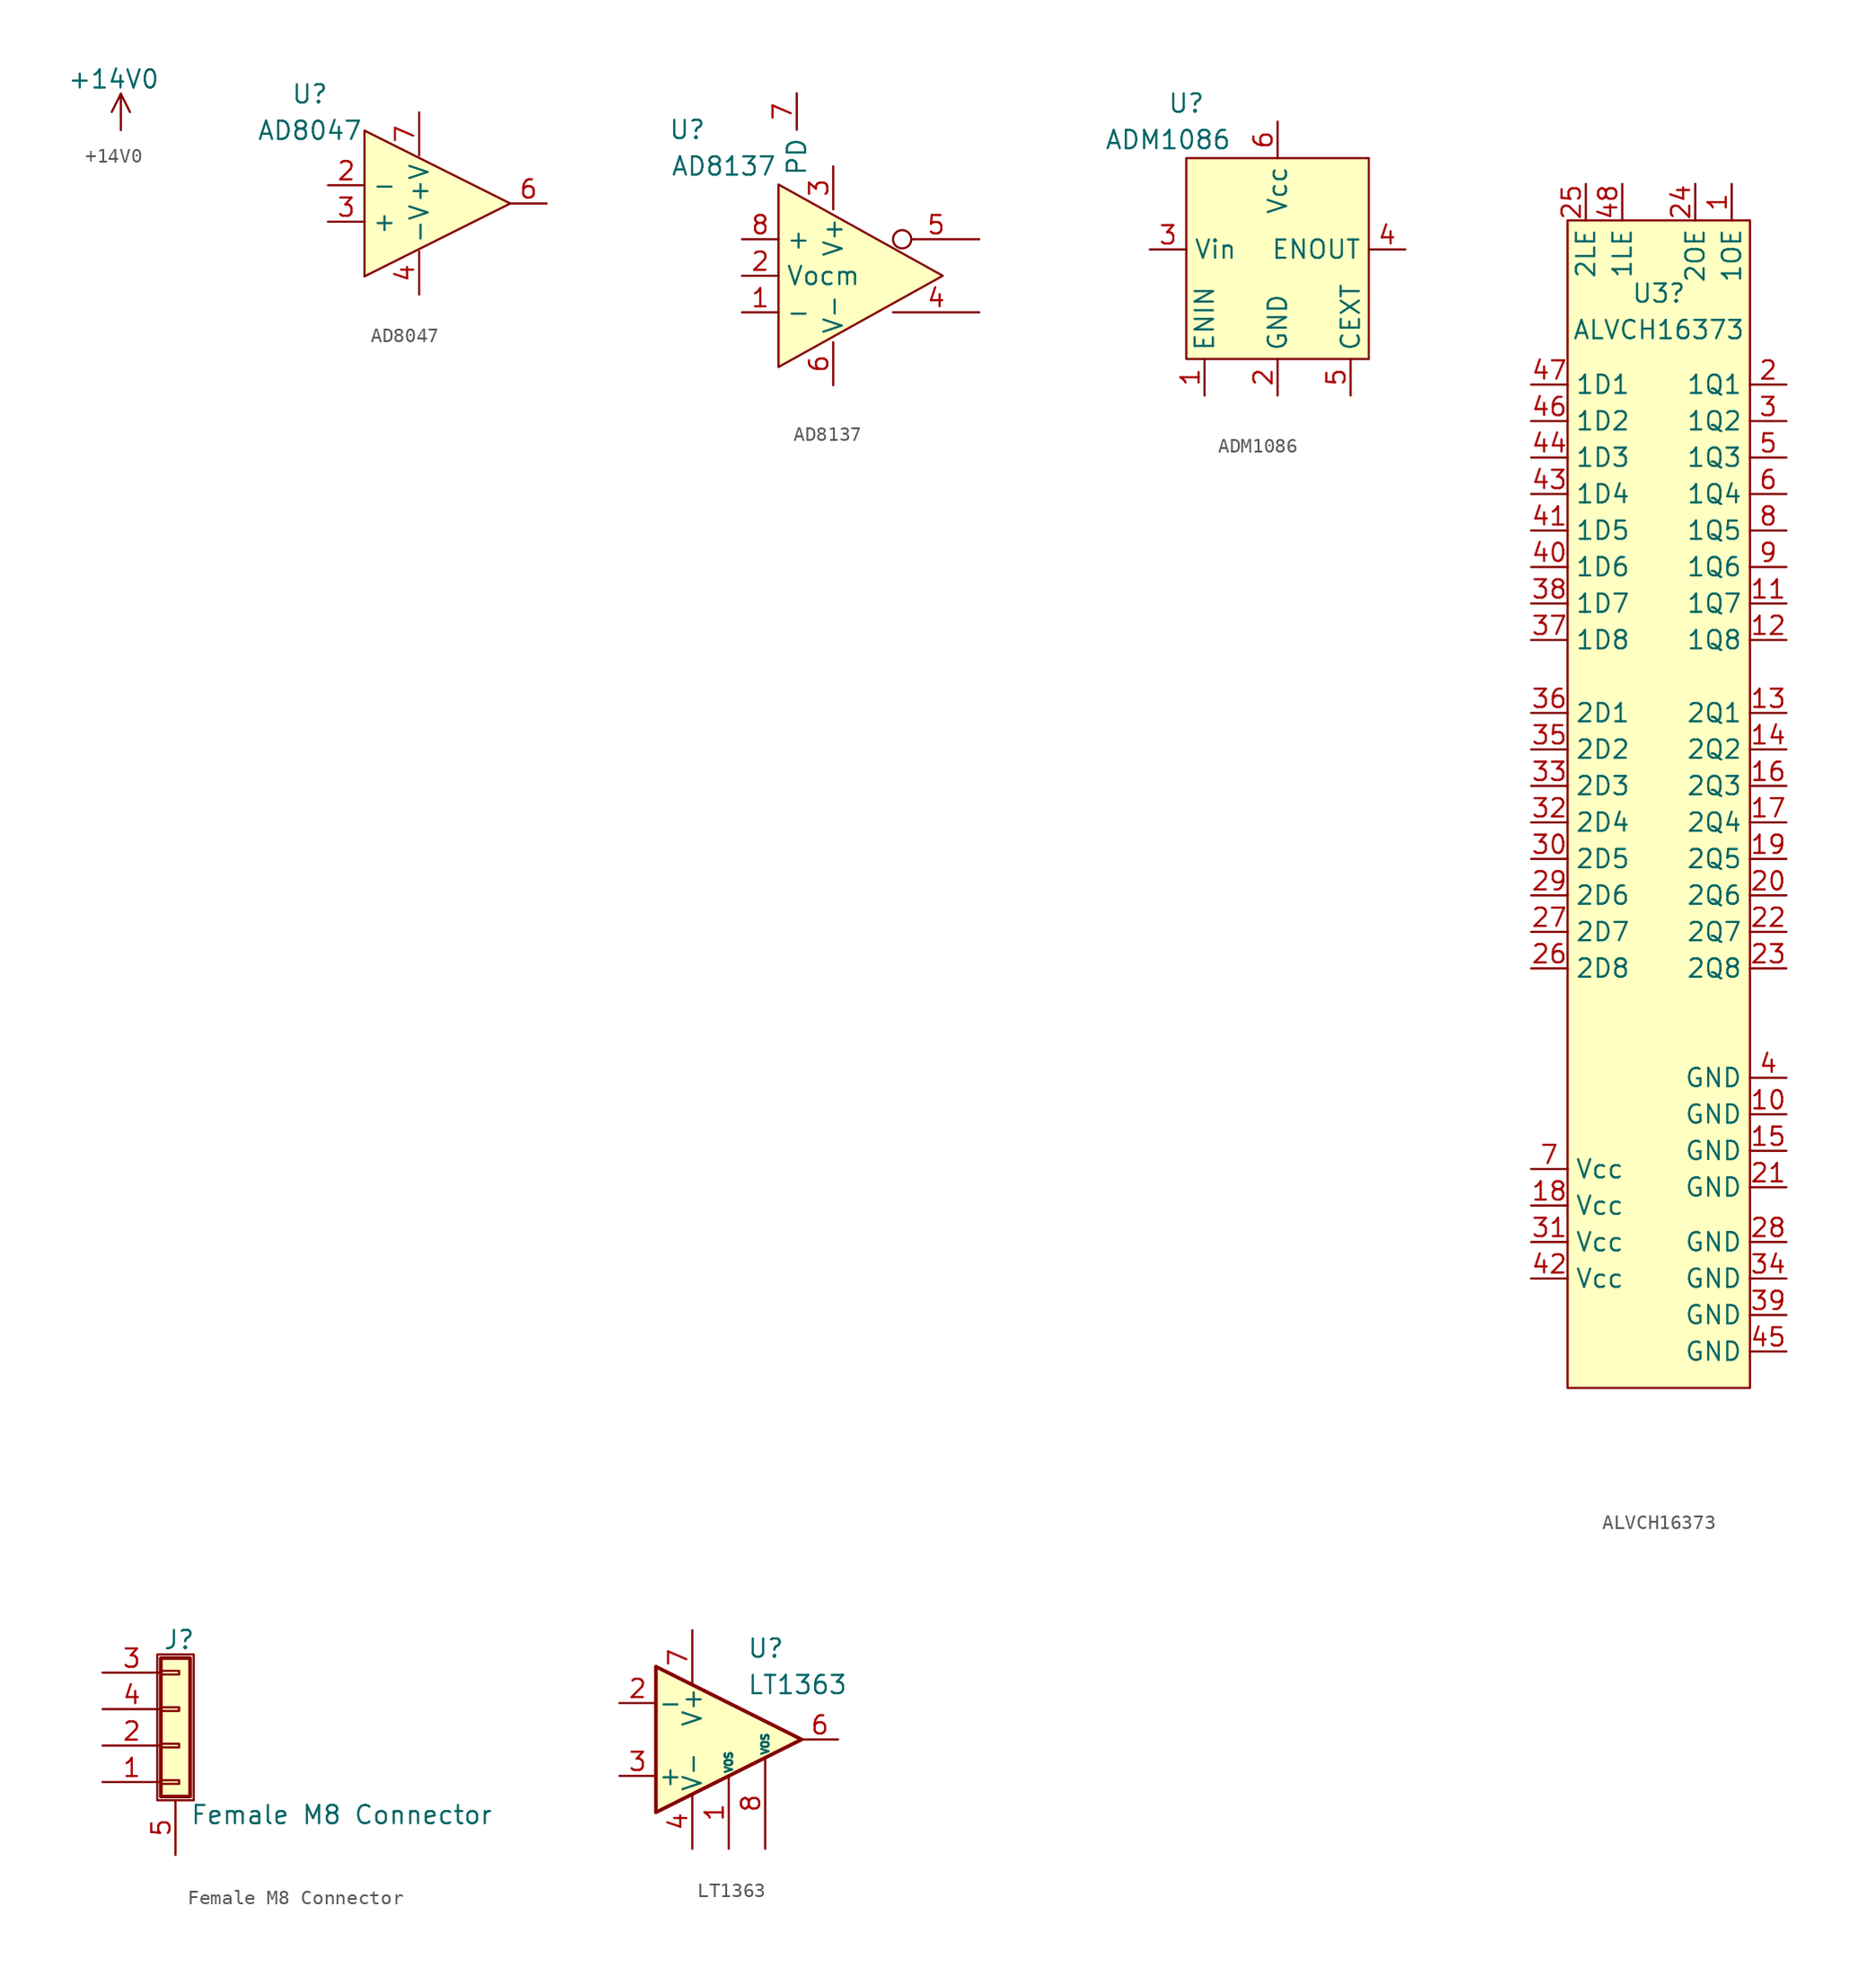
<source format=kicad_sym>
(kicad_symbol_lib
  (version 20231120)
  (generator "kicad_symbol_editor")
  (generator_version "8.0")
  (symbol "+14V0"
    (power)
    (property "Reference" "#PWR"
      (at -0.254 -3.81 0)
      (effects (font (size 1.27 1.27)) (hide yes)))
    (property "Value" "+14V0"
      (at -0.508 3.556 0)
      (do_not_autoplace)
      (effects (font (size 1.27 1.27))))
    (symbol "+14V0_0_1"
      (polyline (pts (xy 0 2.54) (xy 0.635 1.27)) (stroke (width 0) (type default)) (fill (type none)))
      (polyline (pts (xy 0 0) (xy 0 2.54) (xy -0.635 1.27)) (stroke (width 0) (type default)) (fill (type none))))
    (symbol "+14V0_1_0"
      (pin power_in line (at 0 0 90) (length 2.54) hide (name "+14V0" (effects (font (size 1.27 1.27)))) (number "1" (effects (font (size 1.27 1.27)))))))
  (symbol "AD8047"
    (property "Reference" "U"
      (at -7.62 7.62 0)
      (effects (font (size 1.27 1.27))))
    (property "Value" "AD8047"
      (at -7.62 5.08 0)
      (effects (font (size 1.27 1.27))))
    (symbol "AD8047_1_0"
      (pin input line (at -6.35 1.27 0) (length 2.54) (name "-" (effects (font (size 1.27 1.27)))) (number "2" (effects (font (size 1.27 1.27)))))
      (pin input line (at -6.35 -1.27 0) (length 2.54) (name "+" (effects (font (size 1.27 1.27)))) (number "3" (effects (font (size 1.27 1.27)))))
      (pin power_in line (at 0 -6.35 90) (length 3) (name "-V" (effects (font (size 1.27 1.27)))) (number "4" (effects (font (size 1.27 1.27)))))
      (pin output line (at 8.89 0 180) (length 2.54) (name "" (effects (font (size 1.27 1.27)))) (number "6" (effects (font (size 1.27 1.27)))))
      (pin power_in line (at 0 6.35 270) (length 3) (name "+V" (effects (font (size 1.27 1.27)))) (number "7" (effects (font (size 1.27 1.27))))))
    (symbol "AD8047_1_1"
      (polyline (pts (xy -3.81 5.08) (xy -3.81 -5.08) (xy 6.35 0) (xy -3.81 5.08)) (stroke (width 0) (type default)) (fill (type background)))))
  (symbol "AD8137"
    (property "Reference" "U"
      (at -22.86 10.16 0)
      (effects (font (size 1.27 1.27))))
    (property "Value" "AD8137"
      (at -20.32 7.62 0)
      (effects (font (size 1.27 1.27))))
    (symbol "AD8137_1_0"
      (pin input line (at -19.05 -2.54 0) (length 2.54) (name "-" (effects (font (size 1.27 1.27)))) (number "1" (effects (font (size 1.27 1.27)))))
      (pin input line (at -19.05 0 0) (length 2.54) (name "Vocm" (effects (font (size 1.27 1.27)))) (number "2" (effects (font (size 1.27 1.27)))))
      (pin power_in line (at -12.7 7.62 270) (length 3) (name "V+" (effects (font (size 1.27 1.27)))) (number "3" (effects (font (size 1.27 1.27)))))
      (pin output line (at -2.54 -2.54 180) (length 6) (name "" (effects (font (size 1.27 1.27)))) (number "4" (effects (font (size 1.27 1.27)))))
      (pin output inverted (at -2.54 2.54 180) (length 6) (name "" (effects (font (size 1.27 1.27)))) (number "5" (effects (font (size 1.27 1.27)))))
      (pin power_in line (at -12.7 -7.62 90) (length 3) (name "V-" (effects (font (size 1.27 1.27)))) (number "6" (effects (font (size 1.27 1.27)))))
      (pin input line (at -15.24 12.7 270) (length 2.54) (name "PD" (effects (font (size 1.27 1.27)))) (number "7" (effects (font (size 1.27 1.27)))))
      (pin input line (at -19.05 2.54 0) (length 2.54) (name "+" (effects (font (size 1.27 1.27)))) (number "8" (effects (font (size 1.27 1.27))))))
    (symbol "AD8137_1_1"
      (polyline (pts (xy -16.51 6.35) (xy -16.51 -6.35) (xy -5.08 0) (xy -16.51 6.35)) (stroke (width 0) (type default)) (fill (type background)))))
  (symbol "ADM1086"
    (property "Reference" "U"
      (at -6.35 7.62 0)
      (effects (font (size 1.27 1.27))))
    (property "Value" "ADM1086"
      (at -7.62 5.08 0)
      (effects (font (size 1.27 1.27))))
    (symbol "ADM1086_0_0"
      (pin input line (at -5.08 -12.7 90) (length 2.54) (name "ENIN" (effects (font (size 1.27 1.27)))) (number "1" (effects (font (size 1.27 1.27)))))
      (pin power_in line (at 0 -12.7 90) (length 2.54) (name "GND" (effects (font (size 1.27 1.27)))) (number "2" (effects (font (size 1.27 1.27)))))
      (pin input line (at -8.89 -2.54 0) (length 2.54) (name "Vin" (effects (font (size 1.27 1.27)))) (number "3" (effects (font (size 1.27 1.27)))))
      (pin output line (at 8.89 -2.54 180) (length 2.54) (name "ENOUT" (effects (font (size 1.27 1.27)))) (number "4" (effects (font (size 1.27 1.27)))))
      (pin passive line (at 5.08 -12.7 90) (length 2.54) (name "CEXT" (effects (font (size 1.27 1.27)))) (number "5" (effects (font (size 1.27 1.27)))))
      (pin power_in line (at 0 6.35 270) (length 2.54) (name "Vcc" (effects (font (size 1.27 1.27)))) (number "6" (effects (font (size 1.27 1.27))))))
    (symbol "ADM1086_1_1"
      (rectangle (start -6.35 3.81) (end 6.35 -10.16) (stroke (width 0) (type default)) (fill (type background)))))
  (symbol "ALVCH16373"
    (property "Reference" "U3"
      (at 0 34.29 0)
      (effects (font (size 1.27 1.27))))
    (property "Value" "ALVCH16373"
      (at 0 31.75 0)
      (effects (font (size 1.27 1.27))))
    (symbol "ALVCH16373_0_0"
      (pin input line (at 5.08 41.91 270) (length 2.54) (name "1OE" (effects (font (size 1.27 1.27)))) (number "1" (effects (font (size 1.27 1.27)))))
      (pin power_in line (at 8.89 -22.86 180) (length 2.54) (name "GND" (effects (font (size 1.27 1.27)))) (number "10" (effects (font (size 1.27 1.27)))))
      (pin output line (at 8.89 12.7 180) (length 2.54) (name "1Q7" (effects (font (size 1.27 1.27)))) (number "11" (effects (font (size 1.27 1.27)))))
      (pin output line (at 8.89 10.16 180) (length 2.54) (name "1Q8" (effects (font (size 1.27 1.27)))) (number "12" (effects (font (size 1.27 1.27)))))
      (pin output line (at 8.89 5.08 180) (length 2.54) (name "2Q1" (effects (font (size 1.27 1.27)))) (number "13" (effects (font (size 1.27 1.27)))))
      (pin output line (at 8.89 2.54 180) (length 2.54) (name "2Q2" (effects (font (size 1.27 1.27)))) (number "14" (effects (font (size 1.27 1.27)))))
      (pin power_in line (at 8.89 -25.4 180) (length 2.54) (name "GND" (effects (font (size 1.27 1.27)))) (number "15" (effects (font (size 1.27 1.27)))))
      (pin output line (at 8.89 0 180) (length 2.54) (name "2Q3" (effects (font (size 1.27 1.27)))) (number "16" (effects (font (size 1.27 1.27)))))
      (pin output line (at 8.89 -2.54 180) (length 2.54) (name "2Q4" (effects (font (size 1.27 1.27)))) (number "17" (effects (font (size 1.27 1.27)))))
      (pin power_in line (at -8.89 -29.21 0) (length 2.54) (name "Vcc" (effects (font (size 1.27 1.27)))) (number "18" (effects (font (size 1.27 1.27)))))
      (pin output line (at 8.89 -5.08 180) (length 2.54) (name "2Q5" (effects (font (size 1.27 1.27)))) (number "19" (effects (font (size 1.27 1.27)))))
      (pin output line (at 8.89 27.94 180) (length 2.54) (name "1Q1" (effects (font (size 1.27 1.27)))) (number "2" (effects (font (size 1.27 1.27)))))
      (pin output line (at 8.89 -7.62 180) (length 2.54) (name "2Q6" (effects (font (size 1.27 1.27)))) (number "20" (effects (font (size 1.27 1.27)))))
      (pin power_in line (at 8.89 -27.94 180) (length 2.54) (name "GND" (effects (font (size 1.27 1.27)))) (number "21" (effects (font (size 1.27 1.27)))))
      (pin output line (at 8.89 -10.16 180) (length 2.54) (name "2Q7" (effects (font (size 1.27 1.27)))) (number "22" (effects (font (size 1.27 1.27)))))
      (pin output line (at 8.89 -12.7 180) (length 2.54) (name "2Q8" (effects (font (size 1.27 1.27)))) (number "23" (effects (font (size 1.27 1.27)))))
      (pin input line (at 2.54 41.91 270) (length 2.54) (name "2OE" (effects (font (size 1.27 1.27)))) (number "24" (effects (font (size 1.27 1.27)))))
      (pin input line (at -8.89 -12.7 0) (length 2.54) (name "2D8" (effects (font (size 1.27 1.27)))) (number "26" (effects (font (size 1.27 1.27)))))
      (pin input line (at -8.89 -10.16 0) (length 2.54) (name "2D7" (effects (font (size 1.27 1.27)))) (number "27" (effects (font (size 1.27 1.27)))))
      (pin power_in line (at 8.89 -31.75 180) (length 2.54) (name "GND" (effects (font (size 1.27 1.27)))) (number "28" (effects (font (size 1.27 1.27)))))
      (pin input line (at -8.89 -7.62 0) (length 2.54) (name "2D6" (effects (font (size 1.27 1.27)))) (number "29" (effects (font (size 1.27 1.27)))))
      (pin output line (at 8.89 25.4 180) (length 2.54) (name "1Q2" (effects (font (size 1.27 1.27)))) (number "3" (effects (font (size 1.27 1.27)))))
      (pin input line (at -8.89 -5.08 0) (length 2.54) (name "2D5" (effects (font (size 1.27 1.27)))) (number "30" (effects (font (size 1.27 1.27)))))
      (pin power_in line (at -8.89 -31.75 0) (length 2.54) (name "Vcc" (effects (font (size 1.27 1.27)))) (number "31" (effects (font (size 1.27 1.27)))))
      (pin input line (at -8.89 -2.54 0) (length 2.54) (name "2D4" (effects (font (size 1.27 1.27)))) (number "32" (effects (font (size 1.27 1.27)))))
      (pin input line (at -8.89 0 0) (length 2.54) (name "2D3" (effects (font (size 1.27 1.27)))) (number "33" (effects (font (size 1.27 1.27)))))
      (pin power_in line (at 8.89 -34.29 180) (length 2.54) (name "GND" (effects (font (size 1.27 1.27)))) (number "34" (effects (font (size 1.27 1.27)))))
      (pin input line (at -8.89 2.54 0) (length 2.54) (name "2D2" (effects (font (size 1.27 1.27)))) (number "35" (effects (font (size 1.27 1.27)))))
      (pin input line (at -8.89 5.08 0) (length 2.54) (name "2D1" (effects (font (size 1.27 1.27)))) (number "36" (effects (font (size 1.27 1.27)))))
      (pin input line (at -8.89 10.16 0) (length 2.54) (name "1D8" (effects (font (size 1.27 1.27)))) (number "37" (effects (font (size 1.27 1.27)))))
      (pin input line (at -8.89 12.7 0) (length 2.54) (name "1D7" (effects (font (size 1.27 1.27)))) (number "38" (effects (font (size 1.27 1.27)))))
      (pin power_in line (at 8.89 -36.83 180) (length 2.54) (name "GND" (effects (font (size 1.27 1.27)))) (number "39" (effects (font (size 1.27 1.27)))))
      (pin power_in line (at 8.89 -20.32 180) (length 2.54) (name "GND" (effects (font (size 1.27 1.27)))) (number "4" (effects (font (size 1.27 1.27)))))
      (pin input line (at -8.89 15.24 0) (length 2.54) (name "1D6" (effects (font (size 1.27 1.27)))) (number "40" (effects (font (size 1.27 1.27)))))
      (pin input line (at -8.89 17.78 0) (length 2.54) (name "1D5" (effects (font (size 1.27 1.27)))) (number "41" (effects (font (size 1.27 1.27)))))
      (pin power_in line (at -8.89 -34.29 0) (length 2.54) (name "Vcc" (effects (font (size 1.27 1.27)))) (number "42" (effects (font (size 1.27 1.27)))))
      (pin input line (at -8.89 20.32 0) (length 2.54) (name "1D4" (effects (font (size 1.27 1.27)))) (number "43" (effects (font (size 1.27 1.27)))))
      (pin input line (at -8.89 22.86 0) (length 2.54) (name "1D3" (effects (font (size 1.27 1.27)))) (number "44" (effects (font (size 1.27 1.27)))))
      (pin power_in line (at 8.89 -39.37 180) (length 2.54) (name "GND" (effects (font (size 1.27 1.27)))) (number "45" (effects (font (size 1.27 1.27)))))
      (pin input line (at -8.89 25.4 0) (length 2.54) (name "1D2" (effects (font (size 1.27 1.27)))) (number "46" (effects (font (size 1.27 1.27)))))
      (pin input line (at -8.89 27.94 0) (length 2.54) (name "1D1" (effects (font (size 1.27 1.27)))) (number "47" (effects (font (size 1.27 1.27)))))
      (pin output line (at 8.89 22.86 180) (length 2.54) (name "1Q3" (effects (font (size 1.27 1.27)))) (number "5" (effects (font (size 1.27 1.27)))))
      (pin output line (at 8.89 20.32 180) (length 2.54) (name "1Q4" (effects (font (size 1.27 1.27)))) (number "6" (effects (font (size 1.27 1.27)))))
      (pin power_in line (at -8.89 -26.67 0) (length 2.54) (name "Vcc" (effects (font (size 1.27 1.27)))) (number "7" (effects (font (size 1.27 1.27)))))
      (pin output line (at 8.89 17.78 180) (length 2.54) (name "1Q5" (effects (font (size 1.27 1.27)))) (number "8" (effects (font (size 1.27 1.27)))))
      (pin output line (at 8.89 15.24 180) (length 2.54) (name "1Q6" (effects (font (size 1.27 1.27)))) (number "9" (effects (font (size 1.27 1.27))))))
    (symbol "ALVCH16373_1_0"
      (pin input line (at -5.08 41.91 270) (length 2.54) (name "2LE" (effects (font (size 1.27 1.27)))) (number "25" (effects (font (size 1.27 1.27)))))
      (pin input line (at -2.54 41.91 270) (length 2.54) (name "1LE" (effects (font (size 1.27 1.27)))) (number "48" (effects (font (size 1.27 1.27))))))
    (symbol "ALVCH16373_1_1"
      (rectangle (start -6.35 -41.91) (end 6.35 39.37) (stroke (width 0) (type default)) (fill (type background)))))
  (symbol "Female M8 Connector"
    (pin_names
      (offset 1.016) hide)
    (property "Reference" "J"
      (at 0.254 4.826 0)
      (effects (font (size 1.27 1.27))))
    (property "Value" "Female M8 Connector"
      (at 1.016 -7.366 0)
      (effects (font (size 1.27 1.27)) (justify left)))
    (symbol "Female M8 Connector_1_1"
      (rectangle (start -1.27 3.81) (end 1.27 -6.35) (stroke (width 0.152) (type default)) (fill (type none)))
      (rectangle (start -1.016 -4.953) (end 0.254 -5.207) (stroke (width 0.152) (type default)) (fill (type none)))
      (rectangle (start -1.016 -2.413) (end 0.254 -2.667) (stroke (width 0.152) (type default)) (fill (type none)))
      (rectangle (start -1.016 0.127) (end 0.254 -0.127) (stroke (width 0.152) (type default)) (fill (type none)))
      (rectangle (start -1.016 2.667) (end 0.254 2.413) (stroke (width 0.152) (type default)) (fill (type none)))
      (rectangle (start -1.016 3.556) (end 1.016 -6.096) (stroke (width 0.254) (type default)) (fill (type background)))
      (pin passive line (at -5.08 -5.08 0) (length 4.064) (name "Pin_1" (effects (font (size 1.27 1.27)))) (number "1" (effects (font (size 1.27 1.27)))))
      (pin passive line (at -5.08 -2.54 0) (length 4.064) (name "Pin_2" (effects (font (size 1.27 1.27)))) (number "2" (effects (font (size 1.27 1.27)))))
      (pin passive line (at -5.08 2.54 0) (length 4.064) (name "Pin_3" (effects (font (size 1.27 1.27)))) (number "3" (effects (font (size 1.27 1.27)))))
      (pin passive line (at -5.08 0 0) (length 4.064) (name "Pin_4" (effects (font (size 1.27 1.27)))) (number "4" (effects (font (size 1.27 1.27)))))
      (pin passive line (at 0 -10.16 90) (length 3.81) (name "Shield" (effects (font (size 1.27 1.27)))) (number "5" (effects (font (size 1.27 1.27)))))))
  (symbol "LT1363"
    (pin_names
      (offset 0.127))
    (property "Reference" "U"
      (at 1.27 6.35 0)
      (effects (font (size 1.27 1.27)) (justify left)))
    (property "Value" "LT1363"
      (at 1.27 3.81 0)
      (effects (font (size 1.27 1.27)) (justify left)))
    (symbol "LT1363_0_1"
      (polyline (pts (xy -5.08 5.08) (xy 5.08 0) (xy -5.08 -5.08) (xy -5.08 5.08)) (stroke (width 0.254) (type default)) (fill (type background))))
    (symbol "LT1363_1_1"
      (pin input line (at 0 -7.62 90) (length 5.08) (name "VOS" (effects (font (size 0.508 0.508)))) (number "1" (effects (font (size 1.27 1.27)))))
      (pin input line (at -7.62 2.54 0) (length 2.54) (name "-" (effects (font (size 1.27 1.27)))) (number "2" (effects (font (size 1.27 1.27)))))
      (pin input line (at -7.62 -2.54 0) (length 2.54) (name "+" (effects (font (size 1.27 1.27)))) (number "3" (effects (font (size 1.27 1.27)))))
      (pin power_in line (at -2.54 -7.62 90) (length 3.81) (name "V-" (effects (font (size 1.27 1.27)))) (number "4" (effects (font (size 1.27 1.27)))))
      (pin no_connect line (at 0 2.54 270) (length 2.54) hide (name "NC" (effects (font (size 1.27 1.27)))) (number "5" (effects (font (size 1.27 1.27)))))
      (pin output line (at 7.62 0 180) (length 2.54) (name "~" (effects (font (size 1.27 1.27)))) (number "6" (effects (font (size 1.27 1.27)))))
      (pin power_in line (at -2.54 7.62 270) (length 3.81) (name "V+" (effects (font (size 1.27 1.27)))) (number "7" (effects (font (size 1.27 1.27)))))
      (pin input line (at 2.54 -7.62 90) (length 6.35) (name "VOS" (effects (font (size 0.508 0.508)))) (number "8" (effects (font (size 1.27 1.27))))))))
</source>
